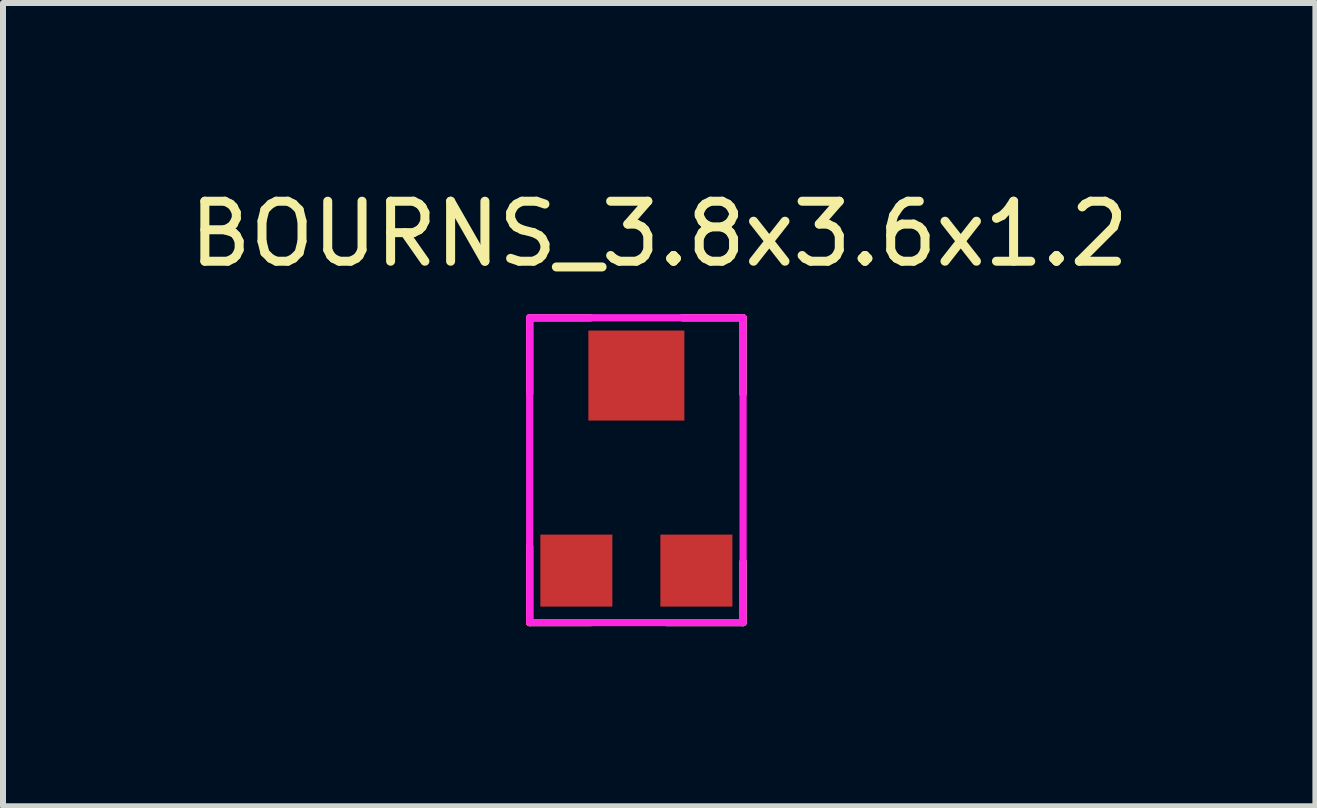
<source format=kicad_pcb>
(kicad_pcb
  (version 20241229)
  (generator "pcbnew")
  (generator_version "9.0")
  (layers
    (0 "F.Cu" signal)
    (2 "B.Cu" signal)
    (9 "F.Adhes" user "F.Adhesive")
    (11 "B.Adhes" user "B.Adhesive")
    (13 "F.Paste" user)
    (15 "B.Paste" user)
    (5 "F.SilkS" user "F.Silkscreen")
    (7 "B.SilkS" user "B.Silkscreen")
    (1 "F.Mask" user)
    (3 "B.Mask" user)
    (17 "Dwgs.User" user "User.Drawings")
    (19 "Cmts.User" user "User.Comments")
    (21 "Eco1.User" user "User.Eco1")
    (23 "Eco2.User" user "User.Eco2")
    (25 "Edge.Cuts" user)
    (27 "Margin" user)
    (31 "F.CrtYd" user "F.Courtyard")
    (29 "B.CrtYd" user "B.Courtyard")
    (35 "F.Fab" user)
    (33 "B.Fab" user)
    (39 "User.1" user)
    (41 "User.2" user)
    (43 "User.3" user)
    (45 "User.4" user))
  (footprint "BOURNS_3.8x3.6x1.2"
    (layer "F.Cu")
    (at 7.554 4.658)
    (property "Reference" "BOURNS_3.8x3.6x1.2" (at 0.381 -3.81 0) (layer "F.SilkS") (effects (font (size 1 1) (thickness 0.15))))
    (attr through_hole)
    (fp_line (start -1.778 -2.413) (end -0.762 -2.413) (stroke (width 0.12) (type solid)) (layer "F.SilkS"))
    (fp_line (start -1.778 -1.143) (end -1.778 -2.413) (stroke (width 0.12) (type solid)) (layer "F.SilkS"))
    (fp_line (start -1.778 2.667) (end -1.778 1.397) (stroke (width 0.12) (type solid)) (layer "F.SilkS"))
    (fp_line (start -0.762 2.667) (end -1.778 2.667) (stroke (width 0.12) (type solid)) (layer "F.SilkS"))
    (fp_line (start 0.762 -2.413) (end 1.778 -2.413) (stroke (width 0.12) (type solid)) (layer "F.SilkS"))
    (fp_line (start 1.778 -2.413) (end 1.778 -1.143) (stroke (width 0.12) (type solid)) (layer "F.SilkS"))
    (fp_line (start 1.778 1.651) (end 1.778 2.667) (stroke (width 0.12) (type solid)) (layer "F.SilkS"))
    (fp_line (start 1.778 2.667) (end 0.508 2.667) (stroke (width 0.12) (type solid)) (layer "F.SilkS"))
    (fp_line (start -1.778 -2.413) (end -1.778 2.667) (stroke (width 0.12) (type solid)) (layer "F.CrtYd"))
    (fp_line (start -1.778 -2.413) (end 1.778 -2.413) (stroke (width 0.12) (type solid)) (layer "F.CrtYd"))
    (fp_line (start -1.778 2.667) (end 1.778 2.667) (stroke (width 0.12) (type solid)) (layer "F.CrtYd"))
    (fp_line (start 1.778 -2.413) (end 1.778 2.667) (stroke (width 0.12) (type solid)) (layer "F.CrtYd"))
    (pad "1" smd rect (at -1 1.8) (size 1.2 1.2) (layers "F.Cu" "F.Mask" "F.Paste"))
    (pad "2" smd rect (at 0 -1.45) (size 1.6 1.5) (layers "F.Cu" "F.Mask" "F.Paste"))
    (pad "3" smd rect (at 1 1.8 180) (size 1.2 1.2) (layers "F.Cu" "F.Mask" "F.Paste")))
  (gr_rect
    (start -3 -3)
    (end 18.869 10.385)
    (stroke (width 0.1) (type default))
    (fill no)
    (layer "Edge.Cuts")))
</source>
